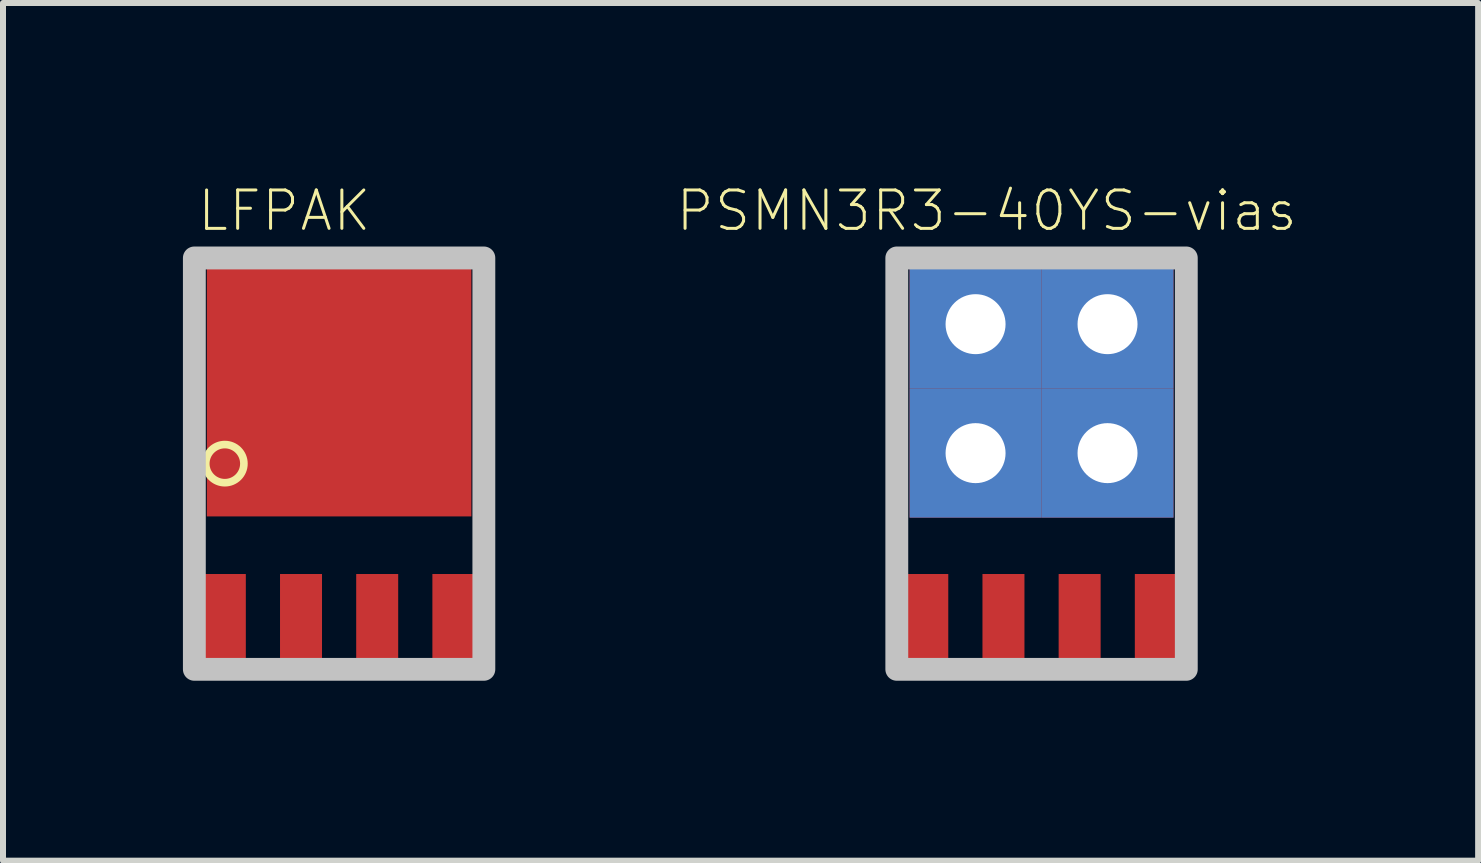
<source format=kicad_pcb>
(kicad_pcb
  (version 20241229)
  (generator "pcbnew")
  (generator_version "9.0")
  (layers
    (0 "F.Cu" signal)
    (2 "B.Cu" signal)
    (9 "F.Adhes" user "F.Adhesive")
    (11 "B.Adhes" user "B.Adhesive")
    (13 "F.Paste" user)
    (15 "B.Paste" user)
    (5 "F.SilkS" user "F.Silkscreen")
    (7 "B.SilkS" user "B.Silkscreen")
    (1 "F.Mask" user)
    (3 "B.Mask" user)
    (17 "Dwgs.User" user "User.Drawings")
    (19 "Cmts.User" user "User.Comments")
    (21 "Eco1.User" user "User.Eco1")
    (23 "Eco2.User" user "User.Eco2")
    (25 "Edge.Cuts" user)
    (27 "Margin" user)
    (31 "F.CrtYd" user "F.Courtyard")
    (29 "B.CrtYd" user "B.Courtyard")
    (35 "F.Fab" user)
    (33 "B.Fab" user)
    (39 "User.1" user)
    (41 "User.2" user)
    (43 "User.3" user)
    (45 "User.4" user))
  (footprint "PSMN3R3-40YS-vias"
    (layer "F.Cu")
    (at 14.313 4.679)
    (property "Reference" "PSMN3R3-40YS-vias" (at -0.914 -4.216 0) (layer "F.SilkS") (effects (font (size 0.64 0.64) (thickness 0.05))))
    (attr smd)
    (fp_line (start -2.5 -3.5) (end 2.5 -3.5) (stroke (width 0.127) (type solid)) (layer "F.SilkS"))
    (fp_line (start -2.5 3.5) (end -2.5 -3.5) (stroke (width 0.127) (type solid)) (layer "F.SilkS"))
    (fp_line (start 2.5 -3.5) (end 2.5 3.5) (stroke (width 0.127) (type solid)) (layer "F.SilkS"))
    (fp_line (start 2.5 3.5) (end -2.5 3.5) (stroke (width 0.127) (type solid)) (layer "F.SilkS"))
    (fp_line (start -2.5 -3.5) (end -2.5 3.5) (stroke (width 0.127) (type solid)) (layer "Dwgs.User"))
    (fp_line (start -2.5 3.5) (end 2.5 3.5) (stroke (width 0.127) (type solid)) (layer "Dwgs.User"))
    (fp_line (start 2.5 -3.5) (end -2.5 -3.5) (stroke (width 0.127) (type solid)) (layer "Dwgs.User"))
    (fp_line (start 2.5 3.5) (end 2.5 -3.5) (stroke (width 0.127) (type solid)) (layer "Dwgs.User"))
    (fp_poly (pts (xy -2.413 -3.429) (xy 2.413 -3.429) (xy 2.413 3.429) (xy -2.413 3.429)) (stroke (width 0.381) (type solid)) (fill no) (layer "Dwgs.User"))
    (pad "1" smd rect (at -1.905 2.54 270) (size 1.4 0.7) (layers "F.Cu" "F.Mask" "F.Paste"))
    (pad "2" smd rect (at -0.635 2.54 270) (size 1.4 0.7) (layers "F.Cu" "F.Mask" "F.Paste"))
    (pad "3" smd rect (at 0.635 2.54 270) (size 1.4 0.7) (layers "F.Cu" "F.Mask" "F.Paste"))
    (pad "4" smd rect (at 1.905 2.54 270) (size 1.4 0.7) (layers "F.Cu" "F.Mask" "F.Paste"))
    (pad "5678" thru_hole rect (at -1.1 -2.325 90) (size 2.15 2.2) (drill 1) (layers "*.Cu" "*.Mask"))
    (pad "5678" thru_hole rect (at -1.1 -0.175 90) (size 2.15 2.2) (drill 1) (layers "*.Cu" "*.Mask"))
    (pad "5678" thru_hole rect (at 1.1 -2.325 90) (size 2.15 2.2) (drill 1) (layers "*.Cu" "*.Mask"))
    (pad "5678" thru_hole rect (at 1.1 -0.175 90) (size 2.15 2.2) (drill 1) (layers "*.Cu" "*.Mask")))
  (footprint "LFPAK"
    (layer "F.Cu")
    (at 2.603 4.679)
    (property "Reference" "LFPAK" (at -0.914 -4.216 0) (layer "F.SilkS") (effects (font (size 0.64 0.64) (thickness 0.05))))
    (attr smd)
    (fp_line (start -2.5 -3.5) (end 2.5 -3.5) (stroke (width 0.127) (type solid)) (layer "F.SilkS"))
    (fp_line (start -2.5 3.5) (end -2.5 -3.5) (stroke (width 0.127) (type solid)) (layer "F.SilkS"))
    (fp_line (start 2.5 -3.5) (end 2.5 3.5) (stroke (width 0.127) (type solid)) (layer "F.SilkS"))
    (fp_line (start 2.5 3.5) (end -2.5 3.5) (stroke (width 0.127) (type solid)) (layer "F.SilkS"))
    (fp_circle (center -1.905 0) (end -1.587 0) (stroke (width 0.127) (type solid)) (fill no) (layer "F.SilkS"))
    (fp_line (start -2.5 -3.5) (end -2.5 3.5) (stroke (width 0.127) (type solid)) (layer "Dwgs.User"))
    (fp_line (start -2.5 3.5) (end 2.5 3.5) (stroke (width 0.127) (type solid)) (layer "Dwgs.User"))
    (fp_line (start 2.5 -3.5) (end -2.5 -3.5) (stroke (width 0.127) (type solid)) (layer "Dwgs.User"))
    (fp_line (start 2.5 3.5) (end 2.5 -3.5) (stroke (width 0.127) (type solid)) (layer "Dwgs.User"))
    (fp_poly (pts (xy -2.413 -3.429) (xy 2.413 -3.429) (xy 2.413 3.429) (xy -2.413 3.429)) (stroke (width 0.381) (type solid)) (fill no) (layer "Dwgs.User"))
    (pad "1" smd rect (at -1.905 2.54 270) (size 1.4 0.7) (layers "F.Cu" "F.Mask" "F.Paste"))
    (pad "2" smd rect (at -0.635 2.54 270) (size 1.4 0.7) (layers "F.Cu" "F.Mask" "F.Paste"))
    (pad "3" smd rect (at 0.635 2.54 270) (size 1.4 0.7) (layers "F.Cu" "F.Mask" "F.Paste"))
    (pad "4" smd rect (at 1.905 2.54 270) (size 1.4 0.7) (layers "F.Cu" "F.Mask" "F.Paste"))
    (pad "5678" smd rect (at 0 -1.27 270) (size 4.3 4.41) (layers "F.Cu" "F.Mask" "F.Paste")))
  (gr_rect
    (start -3 -3)
    (end 21.591 11.298)
    (stroke (width 0.1) (type default))
    (fill no)
    (layer "Edge.Cuts")))
</source>
